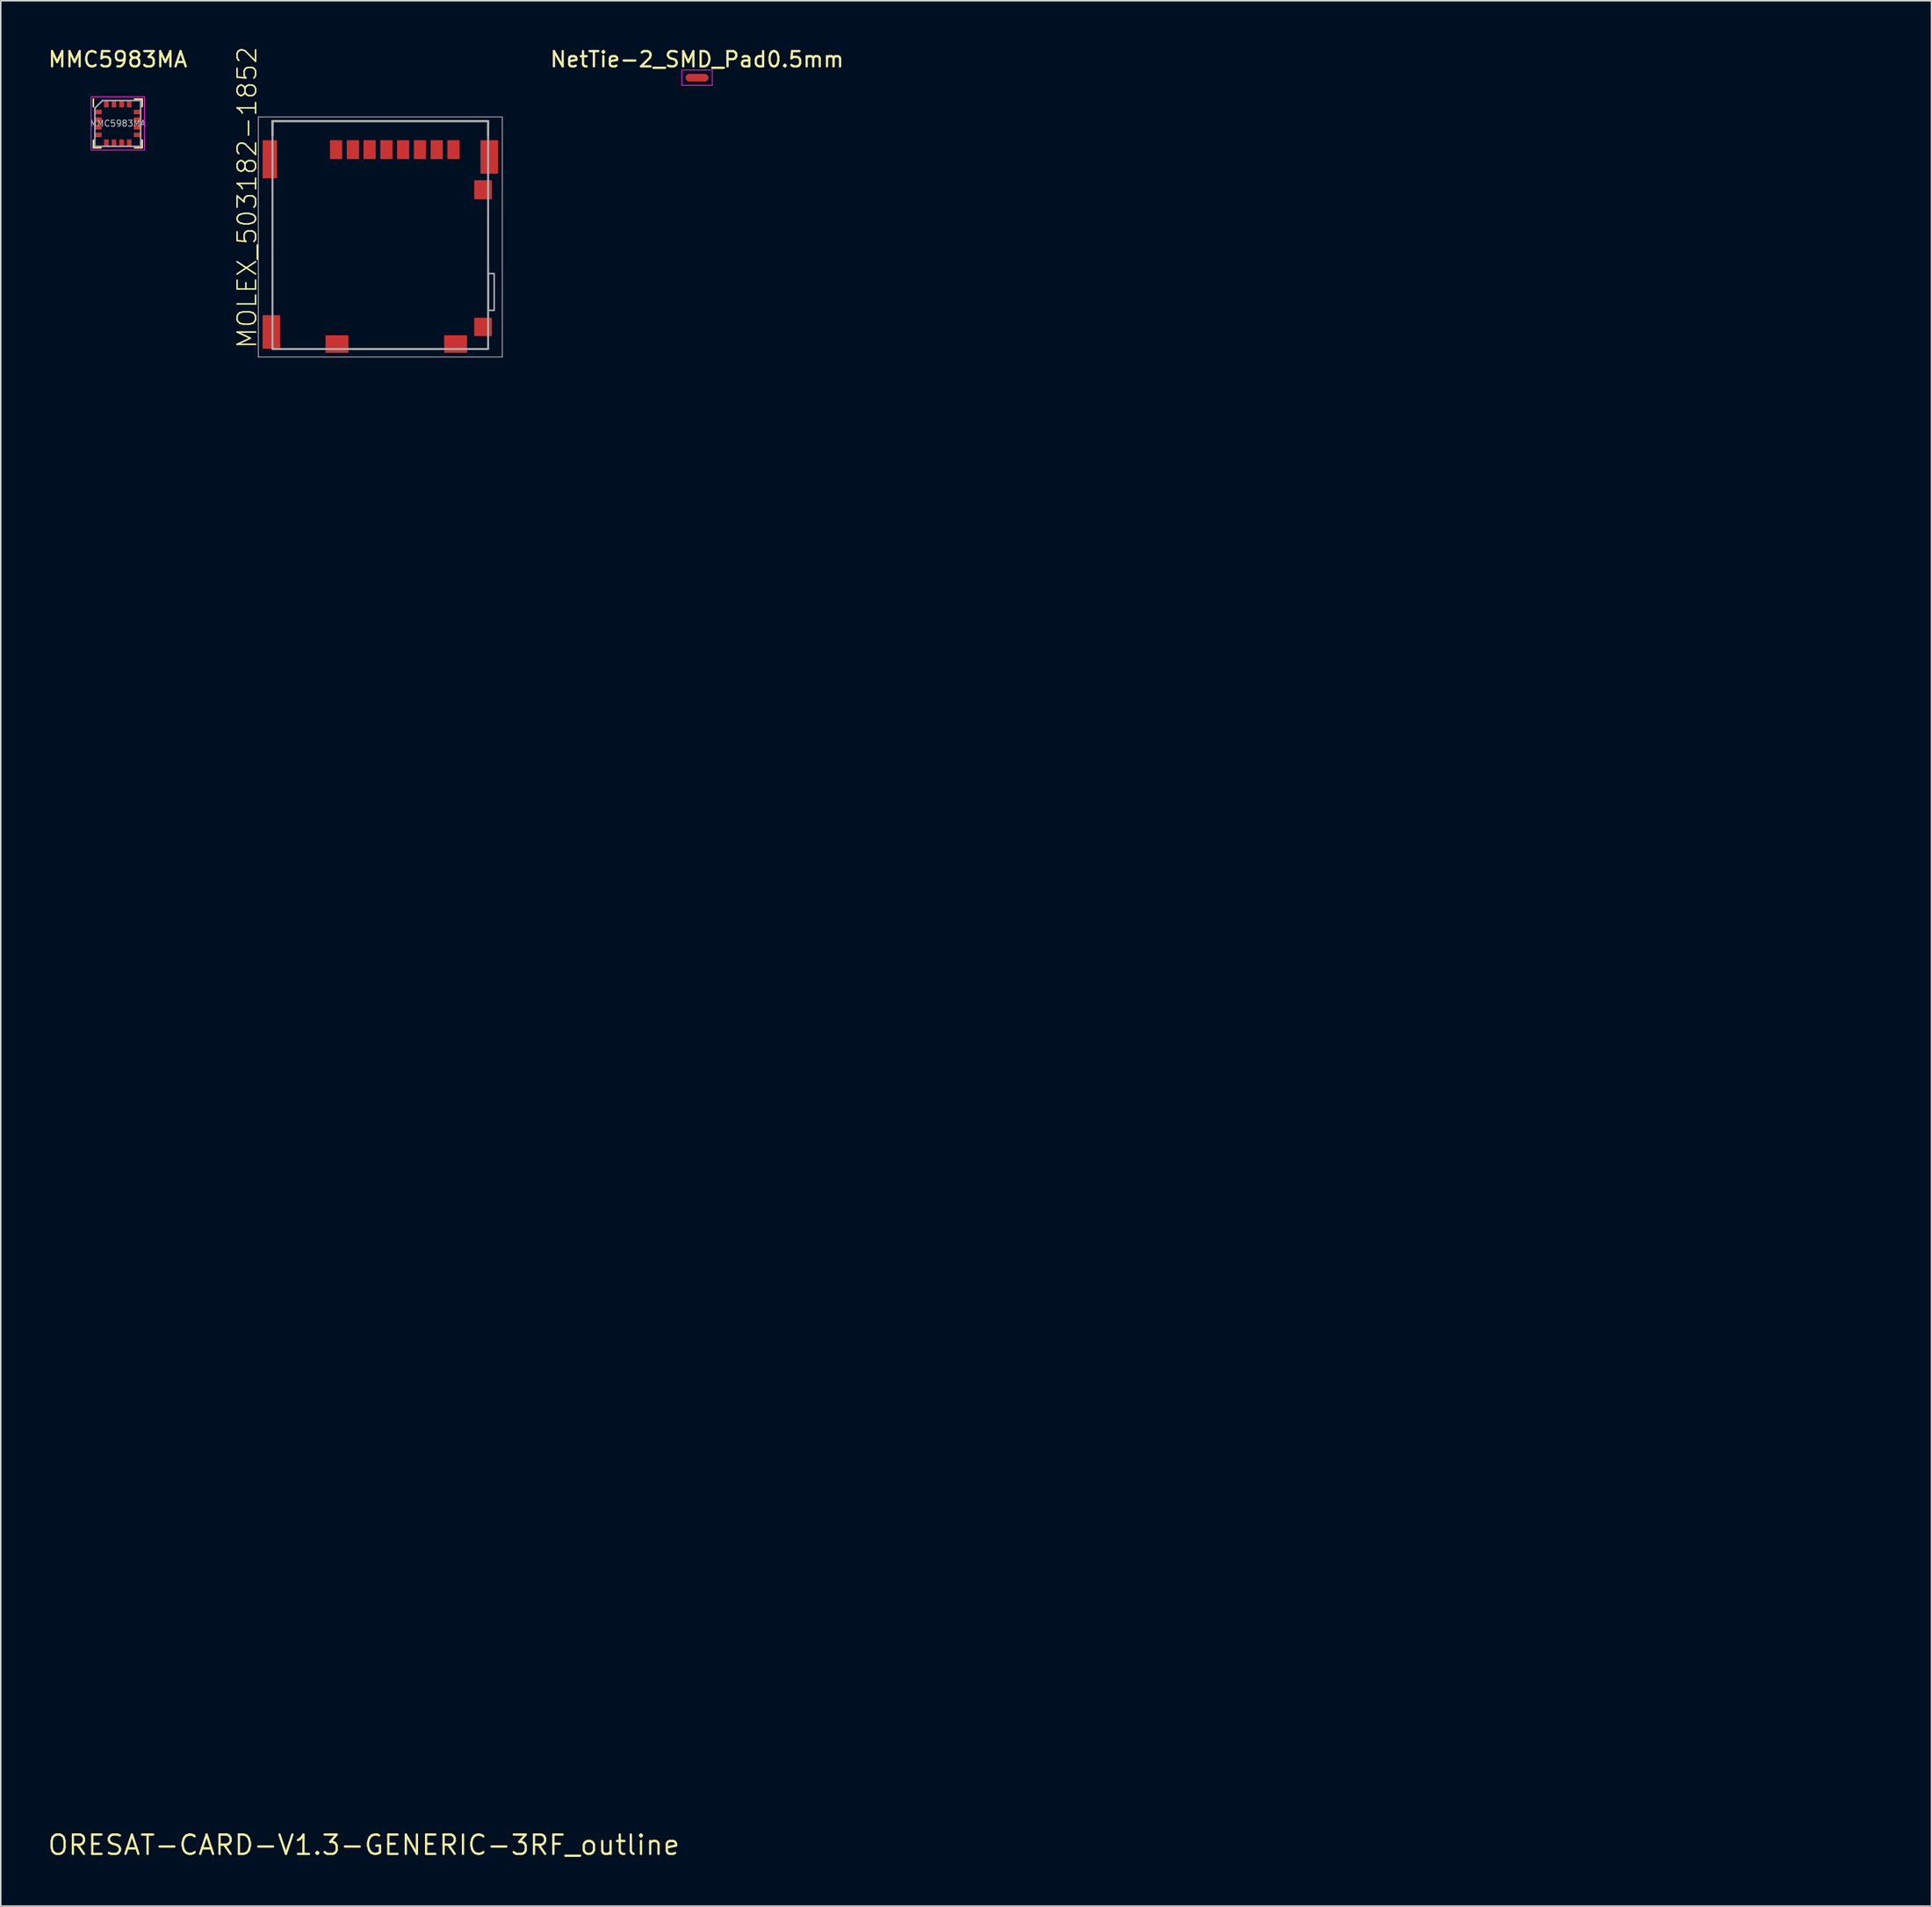
<source format=kicad_pcb>
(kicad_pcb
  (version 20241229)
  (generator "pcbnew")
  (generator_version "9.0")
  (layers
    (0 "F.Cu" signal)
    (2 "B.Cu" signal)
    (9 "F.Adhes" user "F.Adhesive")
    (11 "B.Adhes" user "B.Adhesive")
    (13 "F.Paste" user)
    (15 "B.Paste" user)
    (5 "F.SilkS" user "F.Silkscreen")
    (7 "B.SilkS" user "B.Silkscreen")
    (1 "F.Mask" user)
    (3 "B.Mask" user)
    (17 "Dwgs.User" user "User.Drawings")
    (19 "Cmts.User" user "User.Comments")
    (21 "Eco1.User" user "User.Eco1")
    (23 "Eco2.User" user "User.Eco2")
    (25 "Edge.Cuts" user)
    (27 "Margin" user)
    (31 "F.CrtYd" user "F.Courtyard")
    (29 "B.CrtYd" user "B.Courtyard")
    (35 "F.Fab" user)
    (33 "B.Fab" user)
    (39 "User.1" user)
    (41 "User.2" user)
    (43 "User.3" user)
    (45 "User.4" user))
  (footprint "ORESAT-CARD-V1.3-GENERIC-3RF_outline"
    (layer "F.Cu")
    (at 20.811 117.997)
    (property "Reference" "ORESAT-CARD-V1.3-GENERIC-3RF_outline" (at 0 0 0) (layer "F.SilkS") (effects (font (size 1.27 1.27) (thickness 0.15))))
    (fp_line (start 0 -88.8) (end 0 -9.1) (stroke (width 0.001) (type solid)) (layer "Cmts.User"))
    (fp_line (start 0.5 -8.6) (end 2.25 -8.6) (stroke (width 0.001) (type solid)) (layer "Cmts.User"))
    (fp_line (start 2.75 -8.1) (end 2.75 -3.4) (stroke (width 0.001) (type solid)) (layer "Cmts.User"))
    (fp_line (start 3.25 -2.9) (end 4.6 -2.9) (stroke (width 0.001) (type solid)) (layer "Cmts.User"))
    (fp_line (start 4.6 -93.4) (end 0 -88.8) (stroke (width 0.001) (type solid)) (layer "Cmts.User"))
    (fp_line (start 4.6 -2.9) (end 15 -2.9) (stroke (width 0.001) (type solid)) (layer "Cmts.User"))
    (fp_line (start 5.8 -94.6) (end 4.6 -93.4) (stroke (width 0.001) (type solid)) (layer "Cmts.User"))
    (fp_line (start 8.668 -94.6) (end 5.8 -94.6) (stroke (width 0.001) (type solid)) (layer "Cmts.User"))
    (fp_line (start 15.5 -2.4) (end 15.5 -0.5) (stroke (width 0.001) (type solid)) (layer "Cmts.User"))
    (fp_line (start 16 0) (end 83.8 0) (stroke (width 0.001) (type solid)) (layer "Cmts.User"))
    (fp_line (start 31.668 -94.6) (end 12.132 -94.6) (stroke (width 0.001) (type solid)) (layer "Cmts.User"))
    (fp_line (start 64.668 -94.6) (end 35.132 -94.6) (stroke (width 0.001) (type solid)) (layer "Cmts.User"))
    (fp_line (start 66.4 -93.6) (end 67.632 -93.6) (stroke (width 0.001) (type solid)) (layer "Cmts.User"))
    (fp_line (start 68.132 -93.1) (end 68.132 -91.1) (stroke (width 0.001) (type solid)) (layer "Cmts.User"))
    (fp_line (start 70.31 -90.6) (end 68.632 -90.6) (stroke (width 0.001) (type solid)) (layer "Cmts.User"))
    (fp_line (start 70.31 -86.9) (end 70.31 -90.6) (stroke (width 0.001) (type solid)) (layer "Cmts.User"))
    (fp_line (start 70.81 -86.4) (end 72.99 -86.4) (stroke (width 0.001) (type solid)) (layer "Cmts.User"))
    (fp_line (start 73.49 -86.9) (end 73.49 -90.6) (stroke (width 0.001) (type solid)) (layer "Cmts.User"))
    (fp_line (start 76.31 -90.6) (end 73.49 -90.6) (stroke (width 0.001) (type solid)) (layer "Cmts.User"))
    (fp_line (start 76.31 -86.9) (end 76.31 -90.6) (stroke (width 0.001) (type solid)) (layer "Cmts.User"))
    (fp_line (start 76.81 -86.4) (end 78.99 -86.4) (stroke (width 0.001) (type solid)) (layer "Cmts.User"))
    (fp_line (start 79.49 -86.9) (end 79.49 -90.6) (stroke (width 0.001) (type solid)) (layer "Cmts.User"))
    (fp_line (start 82.31 -90.6) (end 79.49 -90.6) (stroke (width 0.001) (type solid)) (layer "Cmts.User"))
    (fp_line (start 82.31 -86.9) (end 82.31 -90.6) (stroke (width 0.001) (type solid)) (layer "Cmts.User"))
    (fp_line (start 82.81 -86.4) (end 84.99 -86.4) (stroke (width 0.001) (type solid)) (layer "Cmts.User"))
    (fp_line (start 84.3 -0.5) (end 84.3 -2.4) (stroke (width 0.001) (type solid)) (layer "Cmts.User"))
    (fp_line (start 84.8 -2.9) (end 95.2 -2.9) (stroke (width 0.001) (type solid)) (layer "Cmts.User"))
    (fp_line (start 85.49 -86.9) (end 85.49 -90.6) (stroke (width 0.001) (type solid)) (layer "Cmts.User"))
    (fp_line (start 87.168 -90.6) (end 85.49 -90.6) (stroke (width 0.001) (type solid)) (layer "Cmts.User"))
    (fp_line (start 87.668 -93.1) (end 87.668 -91.1) (stroke (width 0.001) (type solid)) (layer "Cmts.User"))
    (fp_line (start 89.4 -93.6) (end 88.168 -93.6) (stroke (width 0.001) (type solid)) (layer "Cmts.User"))
    (fp_line (start 94 -94.6) (end 91.132 -94.6) (stroke (width 0.001) (type solid)) (layer "Cmts.User"))
    (fp_line (start 95.2 -93.4) (end 94 -94.6) (stroke (width 0.001) (type solid)) (layer "Cmts.User"))
    (fp_line (start 95.2 -2.9) (end 96.55 -2.9) (stroke (width 0.001) (type solid)) (layer "Cmts.User"))
    (fp_line (start 97.05 -3.4) (end 97.05 -8.1) (stroke (width 0.001) (type solid)) (layer "Cmts.User"))
    (fp_line (start 97.55 -8.6) (end 99.3 -8.6) (stroke (width 0.001) (type solid)) (layer "Cmts.User"))
    (fp_line (start 99.8 -88.8) (end 95.2 -93.4) (stroke (width 0.001) (type solid)) (layer "Cmts.User"))
    (fp_line (start 99.8 -9.1) (end 99.8 -88.8) (stroke (width 0.001) (type solid)) (layer "Cmts.User"))
    (fp_arc (start 0.5 -8.6) (mid 0.146447 -8.746447) (end 0 -9.1) (stroke (width 0.001) (type solid)) (layer "Cmts.User"))
    (fp_arc (start 2.25 -8.6) (mid 2.603553 -8.453553) (end 2.75 -8.1) (stroke (width 0.001) (type solid)) (layer "Cmts.User"))
    (fp_arc (start 3.25 -2.9) (mid 2.896447 -3.046447) (end 2.75 -3.4) (stroke (width 0.001) (type solid)) (layer "Cmts.User"))
    (fp_arc (start 12.13205 -94.6) (mid 10.400001 -93.6) (end 8.667951 -94.599999) (stroke (width 0.001) (type solid)) (layer "Cmts.User"))
    (fp_arc (start 15 -2.9) (mid 15.353553 -2.753553) (end 15.5 -2.4) (stroke (width 0.001) (type solid)) (layer "Cmts.User"))
    (fp_arc (start 16 0) (mid 15.646447 -0.146447) (end 15.5 -0.5) (stroke (width 0.001) (type solid)) (layer "Cmts.User"))
    (fp_arc (start 35.13205 -94.6) (mid 33.400001 -93.6) (end 31.667951 -94.599999) (stroke (width 0.001) (type solid)) (layer "Cmts.User"))
    (fp_arc (start 66.4 -93.6) (mid 65.400001 -93.867949) (end 64.66795 -94.599999) (stroke (width 0.001) (type solid)) (layer "Cmts.User"))
    (fp_arc (start 67.63205 -93.6) (mid 67.985603 -93.453553) (end 68.13205 -93.1) (stroke (width 0.001) (type solid)) (layer "Cmts.User"))
    (fp_arc (start 68.63205 -90.6) (mid 68.278497 -90.746447) (end 68.13205 -91.1) (stroke (width 0.001) (type solid)) (layer "Cmts.User"))
    (fp_arc (start 70.81 -86.4) (mid 70.456447 -86.546447) (end 70.31 -86.9) (stroke (width 0.001) (type solid)) (layer "Cmts.User"))
    (fp_arc (start 73.49 -86.9) (mid 73.343553 -86.546447) (end 72.99 -86.4) (stroke (width 0.001) (type solid)) (layer "Cmts.User"))
    (fp_arc (start 76.81 -86.4) (mid 76.456447 -86.546447) (end 76.31 -86.9) (stroke (width 0.001) (type solid)) (layer "Cmts.User"))
    (fp_arc (start 79.49 -86.9) (mid 79.343553 -86.546447) (end 78.99 -86.4) (stroke (width 0.001) (type solid)) (layer "Cmts.User"))
    (fp_arc (start 82.81 -86.4) (mid 82.456447 -86.546447) (end 82.31 -86.9) (stroke (width 0.001) (type solid)) (layer "Cmts.User"))
    (fp_arc (start 84.3 -2.4) (mid 84.446447 -2.753553) (end 84.8 -2.9) (stroke (width 0.001) (type solid)) (layer "Cmts.User"))
    (fp_arc (start 84.3 -0.5) (mid 84.153553 -0.146447) (end 83.8 0) (stroke (width 0.001) (type solid)) (layer "Cmts.User"))
    (fp_arc (start 85.49 -86.9) (mid 85.343553 -86.546447) (end 84.99 -86.4) (stroke (width 0.001) (type solid)) (layer "Cmts.User"))
    (fp_arc (start 87.66795 -93.1) (mid 87.814397 -93.453553) (end 88.16795 -93.6) (stroke (width 0.001) (type solid)) (layer "Cmts.User"))
    (fp_arc (start 87.66795 -91.1) (mid 87.521503 -90.746447) (end 87.16795 -90.6) (stroke (width 0.001) (type solid)) (layer "Cmts.User"))
    (fp_arc (start 91.13205 -94.6) (mid 90.4 -93.867949) (end 89.4 -93.599999) (stroke (width 0.001) (type solid)) (layer "Cmts.User"))
    (fp_arc (start 97.05 -8.1) (mid 97.196447 -8.453553) (end 97.55 -8.6) (stroke (width 0.001) (type solid)) (layer "Cmts.User"))
    (fp_arc (start 97.05 -3.4) (mid 96.903553 -3.046447) (end 96.55 -2.9) (stroke (width 0.001) (type solid)) (layer "Cmts.User"))
    (fp_arc (start 99.8 -9.1) (mid 99.653553 -8.746447) (end 99.3 -8.6) (stroke (width 0.001) (type solid)) (layer "Cmts.User")))
  (footprint "MMC5983MA"
    (layer "F.Cu")
    (at 4.673 5.048)
    (property "Reference" "MMC5983MA" (at 0 -4.2 0) (layer "F.SilkS") (effects (font (size 1 1) (thickness 0.15))))
    (attr smd)
    (fp_line (start -1.6 -1.6) (end -1.6 -1.1) (stroke (width 0.1) (type solid)) (layer "F.SilkS"))
    (fp_line (start -1.6 1.6) (end -1.6 1.1) (stroke (width 0.1) (type solid)) (layer "F.SilkS"))
    (fp_line (start -1.6 1.6) (end -1.1 1.6) (stroke (width 0.1) (type solid)) (layer "F.SilkS"))
    (fp_line (start 1.1 -1.6) (end 1.6 -1.6) (stroke (width 0.1) (type solid)) (layer "F.SilkS"))
    (fp_line (start 1.6 -1.6) (end 1.6 -1.1) (stroke (width 0.1) (type solid)) (layer "F.SilkS"))
    (fp_line (start 1.6 1.1) (end 1.6 1.6) (stroke (width 0.1) (type solid)) (layer "F.SilkS"))
    (fp_line (start 1.6 1.6) (end 1.1 1.6) (stroke (width 0.1) (type solid)) (layer "F.SilkS"))
    (fp_line (start 1.6 1.6) (end 1.6 1.1) (stroke (width 0.1) (type solid)) (layer "F.SilkS"))
    (fp_line (start -1.75 -1.75) (end 1.75 -1.75) (stroke (width 0.05) (type solid)) (layer "F.CrtYd"))
    (fp_line (start -1.75 1.75) (end -1.75 -1.75) (stroke (width 0.05) (type solid)) (layer "F.CrtYd"))
    (fp_line (start 1.75 -1.75) (end 1.75 1.75) (stroke (width 0.05) (type solid)) (layer "F.CrtYd"))
    (fp_line (start 1.75 1.75) (end -1.75 1.75) (stroke (width 0.05) (type solid)) (layer "F.CrtYd"))
    (fp_line (start -1.5 -1) (end -1 -1.5) (stroke (width 0.1) (type solid)) (layer "F.Fab"))
    (fp_line (start -1.5 1.5) (end -1.5 -1) (stroke (width 0.1) (type solid)) (layer "F.Fab"))
    (fp_line (start -1 -1.5) (end 1.5 -1.5) (stroke (width 0.1) (type solid)) (layer "F.Fab"))
    (fp_line (start 1.5 -1.5) (end 1.5 1.5) (stroke (width 0.1) (type solid)) (layer "F.Fab"))
    (fp_line (start 1.5 1.5) (end -1.5 1.5) (stroke (width 0.1) (type solid)) (layer "F.Fab"))
    (fp_text user "${REFERENCE}" (at 0 0 180) (layer "F.Fab") (effects (font (size 0.4 0.4) (thickness 0.06))))
    (pad "1" smd rect (at -1.275 -0.75 90) (size 0.3 0.45) (layers "F.Cu" "F.Mask" "F.Paste"))
    (pad "2" smd rect (at -1.275 -0.25 90) (size 0.3 0.45) (layers "F.Cu" "F.Mask" "F.Paste"))
    (pad "3" smd rect (at -1.275 0.25 90) (size 0.3 0.45) (layers "F.Cu" "F.Mask" "F.Paste"))
    (pad "4" smd rect (at -1.275 0.75 90) (size 0.3 0.45) (layers "F.Cu" "F.Mask" "F.Paste"))
    (pad "5" smd rect (at -0.75 1.275) (size 0.3 0.45) (layers "F.Cu" "F.Mask" "F.Paste"))
    (pad "6" smd rect (at -0.25 1.275) (size 0.3 0.45) (layers "F.Cu" "F.Mask" "F.Paste"))
    (pad "7" smd rect (at 0.25 1.275) (size 0.3 0.45) (layers "F.Cu" "F.Mask" "F.Paste"))
    (pad "8" smd rect (at 0.75 1.275) (size 0.3 0.45) (layers "F.Cu" "F.Mask" "F.Paste"))
    (pad "9" smd rect (at 1.275 0.75 90) (size 0.3 0.45) (layers "F.Cu" "F.Mask" "F.Paste"))
    (pad "10" smd rect (at 1.275 0.25 90) (size 0.3 0.45) (layers "F.Cu" "F.Mask" "F.Paste"))
    (pad "11" smd rect (at 1.275 -0.25 90) (size 0.3 0.45) (layers "F.Cu" "F.Mask" "F.Paste"))
    (pad "12" smd rect (at 1.275 -0.75 90) (size 0.3 0.45) (layers "F.Cu" "F.Mask" "F.Paste"))
    (pad "13" smd rect (at 0.75 -1.275) (size 0.3 0.45) (layers "F.Cu" "F.Mask" "F.Paste"))
    (pad "14" smd rect (at 0.25 -1.275) (size 0.3 0.45) (layers "F.Cu" "F.Mask" "F.Paste"))
    (pad "15" smd rect (at -0.25 -1.275) (size 0.3 0.45) (layers "F.Cu" "F.Mask" "F.Paste"))
    (pad "16" smd rect (at -0.75 -1.275) (size 0.3 0.45) (layers "F.Cu" "F.Mask" "F.Paste")))
  (footprint "MOLEX_503182-1852"
    (layer "F.Cu")
    (at 21.889 13.122)
    (property "Reference" "MOLEX_503182-1852" (at -8.027 6.773 90) (layer "F.SilkS") (effects (font (size 1.211 1.211) (thickness 0.102)) (justify left bottom)))
    (attr through_hole)
    (fp_line (start -7.07 -8.225) (end 7.07 -8.225) (stroke (width 0.127) (type solid)) (layer "F.SilkS"))
    (fp_line (start -7.07 -7.28) (end -7.07 -8.225) (stroke (width 0.127) (type solid)) (layer "F.SilkS"))
    (fp_line (start -1.8 6.725) (end 3.9 6.725) (stroke (width 0.127) (type solid)) (layer "F.SilkS"))
    (fp_line (start 7.07 -8.225) (end 7.07 -7.28) (stroke (width 0.127) (type solid)) (layer "F.SilkS"))
    (fp_line (start -8 -8.5) (end -8 7.25) (stroke (width 0.05) (type solid)) (layer "Dwgs.User"))
    (fp_line (start -8 7.25) (end 8 7.25) (stroke (width 0.05) (type solid)) (layer "Dwgs.User"))
    (fp_line (start 8 -8.5) (end -8 -8.5) (stroke (width 0.05) (type solid)) (layer "Dwgs.User"))
    (fp_line (start 8 7.25) (end 8 -8.5) (stroke (width 0.05) (type solid)) (layer "Dwgs.User"))
    (fp_line (start -7.07 -8.225) (end 7.07 -8.225) (stroke (width 0.127) (type solid)) (layer "F.Fab"))
    (fp_line (start -7.07 6.725) (end -7.07 -8.225) (stroke (width 0.127) (type solid)) (layer "F.Fab"))
    (fp_line (start 7.07 -8.225) (end 7.07 6.725) (stroke (width 0.127) (type solid)) (layer "F.Fab"))
    (fp_line (start 7.07 6.725) (end -7.07 6.725) (stroke (width 0.127) (type solid)) (layer "F.Fab"))
    (fp_poly (pts (xy 7.094 4.189) (xy 7.47 4.189) (xy 7.47 1.775) (xy 7.094 1.775)) (stroke (width 0.1) (type solid)) (fill no) (layer "F.Fab"))
    (pad "1" smd rect (at -2.9 -6.355) (size 0.8 1.24) (layers "F.Cu" "F.Mask" "F.Paste"))
    (pad "2" smd rect (at -1.8 -6.355) (size 0.8 1.24) (layers "F.Cu" "F.Mask" "F.Paste"))
    (pad "3" smd rect (at -0.7 -6.355) (size 0.8 1.24) (layers "F.Cu" "F.Mask" "F.Paste"))
    (pad "4" smd rect (at 0.4 -6.355) (size 0.8 1.24) (layers "F.Cu" "F.Mask" "F.Paste"))
    (pad "5" smd rect (at 1.5 -6.355) (size 0.8 1.24) (layers "F.Cu" "F.Mask" "F.Paste"))
    (pad "6" smd rect (at 2.6 -6.355) (size 0.8 1.24) (layers "F.Cu" "F.Mask" "F.Paste"))
    (pad "7" smd rect (at 3.7 -6.355) (size 0.8 1.24) (layers "F.Cu" "F.Mask" "F.Paste"))
    (pad "8" smd rect (at 4.8 -6.355) (size 0.8 1.24) (layers "F.Cu" "F.Mask" "F.Paste"))
    (pad "DT" smd rect (at 6.74 5.275) (size 1.16 1.2) (layers "F.Cu" "F.Mask" "F.Paste"))
    (pad "P1" smd rect (at -7.245 -5.725) (size 0.95 2.5) (layers "F.Cu" "F.Mask" "F.Paste"))
    (pad "P2" smd rect (at 7.145 -5.875) (size 1.15 2.2) (layers "F.Cu" "F.Mask" "F.Paste"))
    (pad "P3" smd rect (at -7.145 5.605) (size 1.15 2.2) (layers "F.Cu" "F.Mask" "F.Paste"))
    (pad "P4" smd rect (at -2.84 6.4) (size 1.5 1.15) (layers "F.Cu" "F.Mask" "F.Paste"))
    (pad "P5" smd rect (at 4.94 6.4) (size 1.5 1.15) (layers "F.Cu" "F.Mask" "F.Paste"))
    (pad "SW" smd rect (at 6.74 -3.725) (size 1.16 1.25) (layers "F.Cu" "F.Mask" "F.Paste")))
  (footprint "NetTie-2_SMD_Pad0.5mm"
    (layer "F.Cu")
    (at 42.658 2.048)
    (property "Reference" "NetTie-2_SMD_Pad0.5mm" (at 0 -1.2 0) (layer "F.SilkS") (effects (font (size 1 1) (thickness 0.15))))
    (attr exclude_from_pos_files exclude_from_bom)
    (fp_poly (pts (xy -0.5 -0.25) (xy 0.5 -0.25) (xy 0.5 0.25) (xy -0.5 0.25)) (stroke (width 0) (type solid)) (fill yes) (layer "F.Cu"))
    (fp_line (start -1 -0.5) (end -1 0.5) (stroke (width 0.05) (type solid)) (layer "F.CrtYd"))
    (fp_line (start -1 0.5) (end 1 0.5) (stroke (width 0.05) (type solid)) (layer "F.CrtYd"))
    (fp_line (start 1 -0.5) (end -1 -0.5) (stroke (width 0.05) (type solid)) (layer "F.CrtYd"))
    (fp_line (start 1 0.5) (end 1 -0.5) (stroke (width 0.05) (type solid)) (layer "F.CrtYd"))
    (pad "1" smd circle (at -0.5 0) (size 0.5 0.5) (layers "F.Cu"))
    (pad "2" smd circle (at 0.5 0) (size 0.5 0.5) (layers "F.Cu")))
  (gr_rect
    (start -3 -3)
    (end 123.612 122.003)
    (stroke (width 0.1) (type default))
    (fill no)
    (layer "Edge.Cuts")))
</source>
